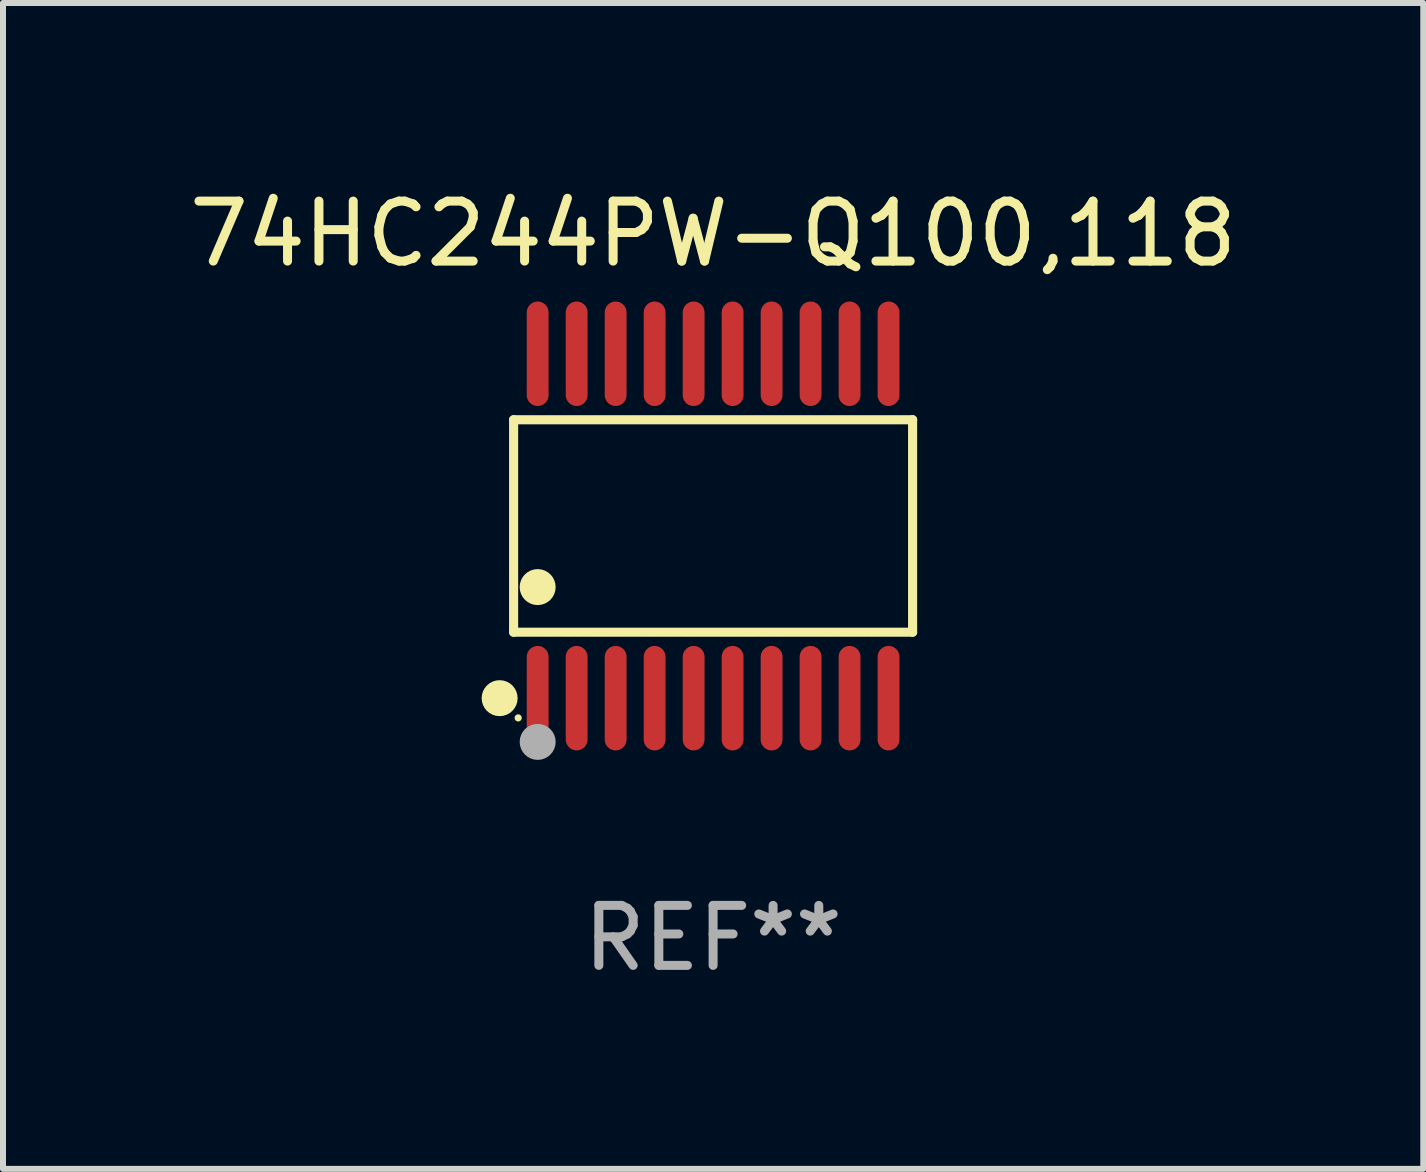
<source format=kicad_pcb>
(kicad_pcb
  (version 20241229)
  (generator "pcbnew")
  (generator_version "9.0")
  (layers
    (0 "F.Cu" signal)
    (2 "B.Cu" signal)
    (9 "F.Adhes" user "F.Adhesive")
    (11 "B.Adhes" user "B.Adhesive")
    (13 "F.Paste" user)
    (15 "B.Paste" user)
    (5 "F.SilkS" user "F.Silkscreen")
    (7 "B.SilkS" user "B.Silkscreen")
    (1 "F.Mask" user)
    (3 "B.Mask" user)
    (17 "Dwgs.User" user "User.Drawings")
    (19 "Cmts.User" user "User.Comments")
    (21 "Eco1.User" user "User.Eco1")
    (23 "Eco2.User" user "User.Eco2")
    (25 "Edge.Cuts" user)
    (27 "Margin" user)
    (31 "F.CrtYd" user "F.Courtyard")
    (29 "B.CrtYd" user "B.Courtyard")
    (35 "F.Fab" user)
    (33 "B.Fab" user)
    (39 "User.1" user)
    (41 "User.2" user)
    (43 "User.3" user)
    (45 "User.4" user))
  (footprint "74HC244PW-Q100,118"
    (layer "F.Cu")
    (at 8.839 5.719)
    (property "Reference" "74HC244PW-Q100,118" (at 0 -4.871 0) (layer "F.SilkS") (effects (font (size 1 1) (thickness 0.15))))
    (attr through_hole)
    (fp_line (start -3.326 -1.771) (end 3.326 -1.771) (stroke (width 0.152) (type solid)) (layer "F.SilkS"))
    (fp_line (start -3.326 1.771) (end -3.326 -1.771) (stroke (width 0.152) (type solid)) (layer "F.SilkS"))
    (fp_line (start 3.326 -1.771) (end 3.326 1.771) (stroke (width 0.152) (type solid)) (layer "F.SilkS"))
    (fp_line (start 3.326 1.771) (end -3.326 1.771) (stroke (width 0.152) (type solid)) (layer "F.SilkS"))
    (fp_circle (center -3.559 2.871) (end -3.409 2.871) (stroke (width 0.3) (type solid)) (fill no) (layer "F.SilkS"))
    (fp_circle (center -3.25 3.2) (end -3.22 3.2) (stroke (width 0.06) (type solid)) (fill no) (layer "F.SilkS"))
    (fp_circle (center -2.925 1.019) (end -2.775 1.019) (stroke (width 0.3) (type solid)) (fill no) (layer "F.SilkS"))
    (fp_circle (center -2.925 3.6) (end -2.775 3.6) (stroke (width 0.3) (type solid)) (fill no) (layer "F.Fab"))
    (fp_text user "REF**" (at 0 6.871 0) (layer "F.Fab") (effects (font (size 1 1) (thickness 0.15))))
    (pad "1" smd oval (at -2.925 2.871) (size 0.364 1.742) (layers "F.Cu" "F.Mask" "F.Paste"))
    (pad "2" smd oval (at -2.275 2.871) (size 0.364 1.742) (layers "F.Cu" "F.Mask" "F.Paste"))
    (pad "3" smd oval (at -1.625 2.871) (size 0.364 1.742) (layers "F.Cu" "F.Mask" "F.Paste"))
    (pad "4" smd oval (at -0.975 2.871) (size 0.364 1.742) (layers "F.Cu" "F.Mask" "F.Paste"))
    (pad "5" smd oval (at -0.325 2.871) (size 0.364 1.742) (layers "F.Cu" "F.Mask" "F.Paste"))
    (pad "6" smd oval (at 0.325 2.871) (size 0.364 1.742) (layers "F.Cu" "F.Mask" "F.Paste"))
    (pad "7" smd oval (at 0.975 2.871) (size 0.364 1.742) (layers "F.Cu" "F.Mask" "F.Paste"))
    (pad "8" smd oval (at 1.625 2.871) (size 0.364 1.742) (layers "F.Cu" "F.Mask" "F.Paste"))
    (pad "9" smd oval (at 2.275 2.871) (size 0.364 1.742) (layers "F.Cu" "F.Mask" "F.Paste"))
    (pad "10" smd oval (at 2.925 2.871) (size 0.364 1.742) (layers "F.Cu" "F.Mask" "F.Paste"))
    (pad "11" smd oval (at 2.925 -2.871) (size 0.364 1.742) (layers "F.Cu" "F.Mask" "F.Paste"))
    (pad "12" smd oval (at 2.275 -2.871) (size 0.364 1.742) (layers "F.Cu" "F.Mask" "F.Paste"))
    (pad "13" smd oval (at 1.625 -2.871) (size 0.364 1.742) (layers "F.Cu" "F.Mask" "F.Paste"))
    (pad "14" smd oval (at 0.975 -2.871) (size 0.364 1.742) (layers "F.Cu" "F.Mask" "F.Paste"))
    (pad "15" smd oval (at 0.325 -2.871) (size 0.364 1.742) (layers "F.Cu" "F.Mask" "F.Paste"))
    (pad "16" smd oval (at -0.325 -2.871) (size 0.364 1.742) (layers "F.Cu" "F.Mask" "F.Paste"))
    (pad "17" smd oval (at -0.975 -2.871) (size 0.364 1.742) (layers "F.Cu" "F.Mask" "F.Paste"))
    (pad "18" smd oval (at -1.625 -2.871) (size 0.364 1.742) (layers "F.Cu" "F.Mask" "F.Paste"))
    (pad "19" smd oval (at -2.275 -2.871) (size 0.364 1.742) (layers "F.Cu" "F.Mask" "F.Paste"))
    (pad "20" smd oval (at -2.925 -2.871) (size 0.364 1.742) (layers "F.Cu" "F.Mask" "F.Paste")))
  (gr_rect
    (start -3 -3)
    (end 20.679 16.438)
    (stroke (width 0.1) (type default))
    (fill no)
    (layer "Edge.Cuts")))
</source>
